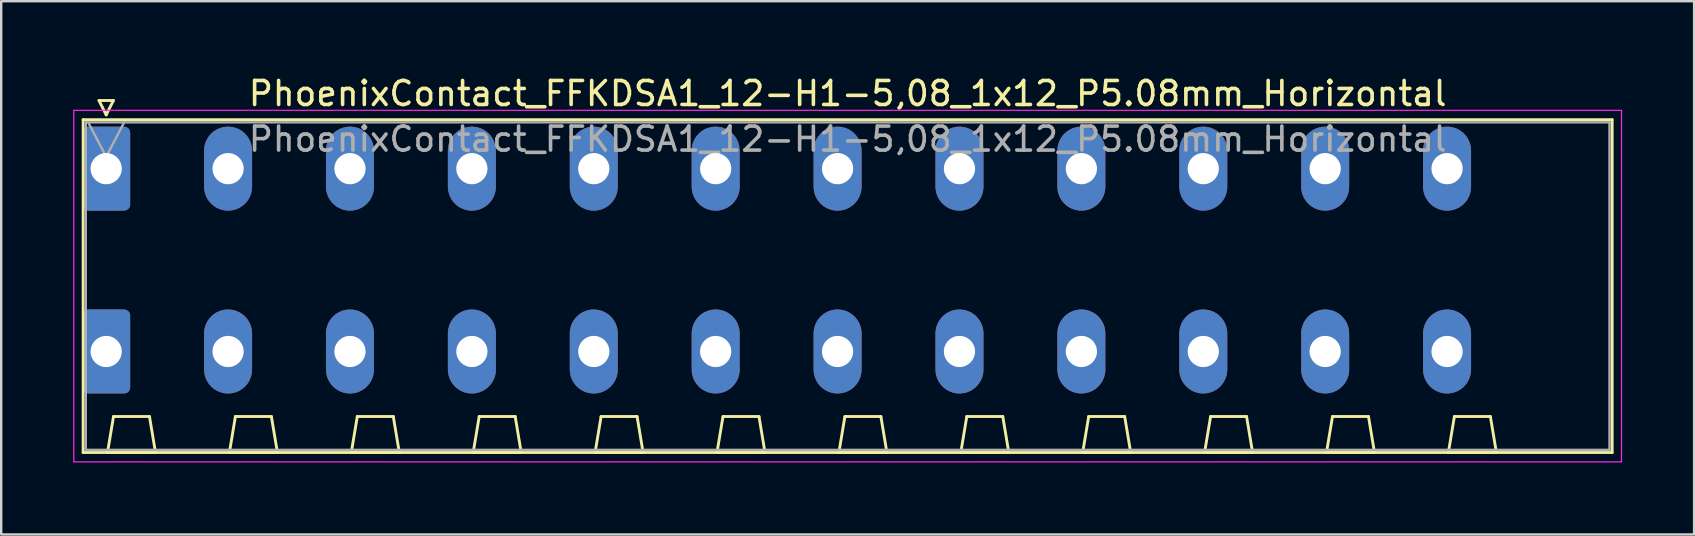
<source format=kicad_pcb>
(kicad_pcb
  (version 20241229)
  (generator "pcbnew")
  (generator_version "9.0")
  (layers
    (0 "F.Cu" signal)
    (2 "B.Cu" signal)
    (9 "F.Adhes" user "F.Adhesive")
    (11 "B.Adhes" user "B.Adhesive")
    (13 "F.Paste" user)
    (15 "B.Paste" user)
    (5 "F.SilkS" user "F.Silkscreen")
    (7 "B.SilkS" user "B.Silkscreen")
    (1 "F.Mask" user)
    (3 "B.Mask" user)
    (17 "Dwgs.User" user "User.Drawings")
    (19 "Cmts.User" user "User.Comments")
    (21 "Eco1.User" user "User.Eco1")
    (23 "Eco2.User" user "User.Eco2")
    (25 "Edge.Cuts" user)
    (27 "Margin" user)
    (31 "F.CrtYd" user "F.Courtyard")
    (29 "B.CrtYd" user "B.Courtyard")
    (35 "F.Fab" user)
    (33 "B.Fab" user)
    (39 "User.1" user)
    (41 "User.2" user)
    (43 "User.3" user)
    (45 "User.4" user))
  (footprint "PhoenixContact_FFKDSA1_12-H1-5,08_1x12_P5.08mm_Horizontal"
    (layer "F.Cu")
    (at 1.375 3.978)
    (property "Reference" "PhoenixContact_FFKDSA1_12-H1-5,08_1x12_P5.08mm_Horizontal" (at 30.9 -3.13 0) (layer "F.SilkS") (effects (font (size 1 1) (thickness 0.15))))
    (attr through_hole)
    (fp_line (start -0.96 -2.04) (end -0.96 11.83) (stroke (width 0.12) (type solid)) (layer "F.SilkS"))
    (fp_line (start -0.96 11.83) (end 62.76 11.83) (stroke (width 0.12) (type solid)) (layer "F.SilkS"))
    (fp_line (start -0.3 -2.84) (end 0.3 -2.84) (stroke (width 0.12) (type solid)) (layer "F.SilkS"))
    (fp_line (start 0 -2.24) (end -0.3 -2.84) (stroke (width 0.12) (type solid)) (layer "F.SilkS"))
    (fp_line (start 0.055 11.83) (end 2.055 11.83) (stroke (width 0.12) (type solid)) (layer "F.SilkS"))
    (fp_line (start 0.3 -2.84) (end 0 -2.24) (stroke (width 0.12) (type solid)) (layer "F.SilkS"))
    (fp_line (start 0.305 10.33) (end 0.055 11.83) (stroke (width 0.12) (type solid)) (layer "F.SilkS"))
    (fp_line (start 1.805 10.33) (end 0.305 10.33) (stroke (width 0.12) (type solid)) (layer "F.SilkS"))
    (fp_line (start 2.055 11.83) (end 1.805 10.33) (stroke (width 0.12) (type solid)) (layer "F.SilkS"))
    (fp_line (start 5.135 11.83) (end 7.135 11.83) (stroke (width 0.12) (type solid)) (layer "F.SilkS"))
    (fp_line (start 5.385 10.33) (end 5.135 11.83) (stroke (width 0.12) (type solid)) (layer "F.SilkS"))
    (fp_line (start 6.885 10.33) (end 5.385 10.33) (stroke (width 0.12) (type solid)) (layer "F.SilkS"))
    (fp_line (start 7.135 11.83) (end 6.885 10.33) (stroke (width 0.12) (type solid)) (layer "F.SilkS"))
    (fp_line (start 10.215 11.83) (end 12.215 11.83) (stroke (width 0.12) (type solid)) (layer "F.SilkS"))
    (fp_line (start 10.465 10.33) (end 10.215 11.83) (stroke (width 0.12) (type solid)) (layer "F.SilkS"))
    (fp_line (start 11.965 10.33) (end 10.465 10.33) (stroke (width 0.12) (type solid)) (layer "F.SilkS"))
    (fp_line (start 12.215 11.83) (end 11.965 10.33) (stroke (width 0.12) (type solid)) (layer "F.SilkS"))
    (fp_line (start 15.295 11.83) (end 17.295 11.83) (stroke (width 0.12) (type solid)) (layer "F.SilkS"))
    (fp_line (start 15.545 10.33) (end 15.295 11.83) (stroke (width 0.12) (type solid)) (layer "F.SilkS"))
    (fp_line (start 17.045 10.33) (end 15.545 10.33) (stroke (width 0.12) (type solid)) (layer "F.SilkS"))
    (fp_line (start 17.295 11.83) (end 17.045 10.33) (stroke (width 0.12) (type solid)) (layer "F.SilkS"))
    (fp_line (start 20.375 11.83) (end 22.375 11.83) (stroke (width 0.12) (type solid)) (layer "F.SilkS"))
    (fp_line (start 20.625 10.33) (end 20.375 11.83) (stroke (width 0.12) (type solid)) (layer "F.SilkS"))
    (fp_line (start 22.125 10.33) (end 20.625 10.33) (stroke (width 0.12) (type solid)) (layer "F.SilkS"))
    (fp_line (start 22.375 11.83) (end 22.125 10.33) (stroke (width 0.12) (type solid)) (layer "F.SilkS"))
    (fp_line (start 25.455 11.83) (end 27.455 11.83) (stroke (width 0.12) (type solid)) (layer "F.SilkS"))
    (fp_line (start 25.705 10.33) (end 25.455 11.83) (stroke (width 0.12) (type solid)) (layer "F.SilkS"))
    (fp_line (start 27.205 10.33) (end 25.705 10.33) (stroke (width 0.12) (type solid)) (layer "F.SilkS"))
    (fp_line (start 27.455 11.83) (end 27.205 10.33) (stroke (width 0.12) (type solid)) (layer "F.SilkS"))
    (fp_line (start 30.535 11.83) (end 32.535 11.83) (stroke (width 0.12) (type solid)) (layer "F.SilkS"))
    (fp_line (start 30.785 10.33) (end 30.535 11.83) (stroke (width 0.12) (type solid)) (layer "F.SilkS"))
    (fp_line (start 32.285 10.33) (end 30.785 10.33) (stroke (width 0.12) (type solid)) (layer "F.SilkS"))
    (fp_line (start 32.535 11.83) (end 32.285 10.33) (stroke (width 0.12) (type solid)) (layer "F.SilkS"))
    (fp_line (start 35.615 11.83) (end 37.615 11.83) (stroke (width 0.12) (type solid)) (layer "F.SilkS"))
    (fp_line (start 35.865 10.33) (end 35.615 11.83) (stroke (width 0.12) (type solid)) (layer "F.SilkS"))
    (fp_line (start 37.365 10.33) (end 35.865 10.33) (stroke (width 0.12) (type solid)) (layer "F.SilkS"))
    (fp_line (start 37.615 11.83) (end 37.365 10.33) (stroke (width 0.12) (type solid)) (layer "F.SilkS"))
    (fp_line (start 40.695 11.83) (end 42.695 11.83) (stroke (width 0.12) (type solid)) (layer "F.SilkS"))
    (fp_line (start 40.945 10.33) (end 40.695 11.83) (stroke (width 0.12) (type solid)) (layer "F.SilkS"))
    (fp_line (start 42.445 10.33) (end 40.945 10.33) (stroke (width 0.12) (type solid)) (layer "F.SilkS"))
    (fp_line (start 42.695 11.83) (end 42.445 10.33) (stroke (width 0.12) (type solid)) (layer "F.SilkS"))
    (fp_line (start 45.775 11.83) (end 47.775 11.83) (stroke (width 0.12) (type solid)) (layer "F.SilkS"))
    (fp_line (start 46.025 10.33) (end 45.775 11.83) (stroke (width 0.12) (type solid)) (layer "F.SilkS"))
    (fp_line (start 47.525 10.33) (end 46.025 10.33) (stroke (width 0.12) (type solid)) (layer "F.SilkS"))
    (fp_line (start 47.775 11.83) (end 47.525 10.33) (stroke (width 0.12) (type solid)) (layer "F.SilkS"))
    (fp_line (start 50.855 11.83) (end 52.855 11.83) (stroke (width 0.12) (type solid)) (layer "F.SilkS"))
    (fp_line (start 51.105 10.33) (end 50.855 11.83) (stroke (width 0.12) (type solid)) (layer "F.SilkS"))
    (fp_line (start 52.605 10.33) (end 51.105 10.33) (stroke (width 0.12) (type solid)) (layer "F.SilkS"))
    (fp_line (start 52.855 11.83) (end 52.605 10.33) (stroke (width 0.12) (type solid)) (layer "F.SilkS"))
    (fp_line (start 55.935 11.83) (end 57.935 11.83) (stroke (width 0.12) (type solid)) (layer "F.SilkS"))
    (fp_line (start 56.185 10.33) (end 55.935 11.83) (stroke (width 0.12) (type solid)) (layer "F.SilkS"))
    (fp_line (start 57.685 10.33) (end 56.185 10.33) (stroke (width 0.12) (type solid)) (layer "F.SilkS"))
    (fp_line (start 57.935 11.83) (end 57.685 10.33) (stroke (width 0.12) (type solid)) (layer "F.SilkS"))
    (fp_line (start 62.76 -2.04) (end -0.96 -2.04) (stroke (width 0.12) (type solid)) (layer "F.SilkS"))
    (fp_line (start 62.76 11.83) (end 62.76 -2.04) (stroke (width 0.12) (type solid)) (layer "F.SilkS"))
    (fp_line (start -1.35 -2.43) (end -1.35 12.22) (stroke (width 0.05) (type solid)) (layer "F.CrtYd"))
    (fp_line (start -1.35 12.22) (end 63.15 12.22) (stroke (width 0.05) (type solid)) (layer "F.CrtYd"))
    (fp_line (start 63.15 -2.43) (end -1.35 -2.43) (stroke (width 0.05) (type solid)) (layer "F.CrtYd"))
    (fp_line (start 63.15 12.22) (end 63.15 -2.43) (stroke (width 0.05) (type solid)) (layer "F.CrtYd"))
    (fp_line (start -0.85 -1.93) (end -0.85 11.72) (stroke (width 0.1) (type solid)) (layer "F.Fab"))
    (fp_line (start -0.85 11.72) (end 62.65 11.72) (stroke (width 0.1) (type solid)) (layer "F.Fab"))
    (fp_line (start 0 -0.5) (end -0.75 -1.93) (stroke (width 0.1) (type solid)) (layer "F.Fab"))
    (fp_line (start 0.75 -1.93) (end 0 -0.5) (stroke (width 0.1) (type solid)) (layer "F.Fab"))
    (fp_line (start 62.65 -1.93) (end -0.85 -1.93) (stroke (width 0.1) (type solid)) (layer "F.Fab"))
    (fp_line (start 62.65 11.72) (end 62.65 -1.93) (stroke (width 0.1) (type solid)) (layer "F.Fab"))
    (fp_text user "${REFERENCE}" (at 30.9 -1.23 0) (layer "F.Fab") (effects (font (size 1 1) (thickness 0.15))))
    (pad "1" thru_hole roundrect (at 0 0) (size 2 3.5) (drill 1.3) (layers "*.Cu" "*.Mask") (roundrect_rratio 0.125))
    (pad "1" thru_hole roundrect (at 0 7.62) (size 2 3.5) (drill 1.3) (layers "*.Cu" "*.Mask") (roundrect_rratio 0.125))
    (pad "2" thru_hole oval (at 5.08 0) (size 2 3.5) (drill 1.3) (layers "*.Cu" "*.Mask"))
    (pad "2" thru_hole oval (at 5.08 7.62) (size 2 3.5) (drill 1.3) (layers "*.Cu" "*.Mask"))
    (pad "3" thru_hole oval (at 10.16 0) (size 2 3.5) (drill 1.3) (layers "*.Cu" "*.Mask"))
    (pad "3" thru_hole oval (at 10.16 7.62) (size 2 3.5) (drill 1.3) (layers "*.Cu" "*.Mask"))
    (pad "4" thru_hole oval (at 15.24 0) (size 2 3.5) (drill 1.3) (layers "*.Cu" "*.Mask"))
    (pad "4" thru_hole oval (at 15.24 7.62) (size 2 3.5) (drill 1.3) (layers "*.Cu" "*.Mask"))
    (pad "5" thru_hole oval (at 20.32 0) (size 2 3.5) (drill 1.3) (layers "*.Cu" "*.Mask"))
    (pad "5" thru_hole oval (at 20.32 7.62) (size 2 3.5) (drill 1.3) (layers "*.Cu" "*.Mask"))
    (pad "6" thru_hole oval (at 25.4 0) (size 2 3.5) (drill 1.3) (layers "*.Cu" "*.Mask"))
    (pad "6" thru_hole oval (at 25.4 7.62) (size 2 3.5) (drill 1.3) (layers "*.Cu" "*.Mask"))
    (pad "7" thru_hole oval (at 30.48 0) (size 2 3.5) (drill 1.3) (layers "*.Cu" "*.Mask"))
    (pad "7" thru_hole oval (at 30.48 7.62) (size 2 3.5) (drill 1.3) (layers "*.Cu" "*.Mask"))
    (pad "8" thru_hole oval (at 35.56 0) (size 2 3.5) (drill 1.3) (layers "*.Cu" "*.Mask"))
    (pad "8" thru_hole oval (at 35.56 7.62) (size 2 3.5) (drill 1.3) (layers "*.Cu" "*.Mask"))
    (pad "9" thru_hole oval (at 40.64 0) (size 2 3.5) (drill 1.3) (layers "*.Cu" "*.Mask"))
    (pad "9" thru_hole oval (at 40.64 7.62) (size 2 3.5) (drill 1.3) (layers "*.Cu" "*.Mask"))
    (pad "10" thru_hole oval (at 45.72 0) (size 2 3.5) (drill 1.3) (layers "*.Cu" "*.Mask"))
    (pad "10" thru_hole oval (at 45.72 7.62) (size 2 3.5) (drill 1.3) (layers "*.Cu" "*.Mask"))
    (pad "11" thru_hole oval (at 50.8 0) (size 2 3.5) (drill 1.3) (layers "*.Cu" "*.Mask"))
    (pad "11" thru_hole oval (at 50.8 7.62) (size 2 3.5) (drill 1.3) (layers "*.Cu" "*.Mask"))
    (pad "12" thru_hole oval (at 55.88 0) (size 2 3.5) (drill 1.3) (layers "*.Cu" "*.Mask"))
    (pad "12" thru_hole oval (at 55.88 7.62) (size 2 3.5) (drill 1.3) (layers "*.Cu" "*.Mask")))
  (gr_rect
    (start -3 -3)
    (end 67.55 19.223)
    (stroke (width 0.1) (type default))
    (fill no)
    (layer "Edge.Cuts")))
</source>
